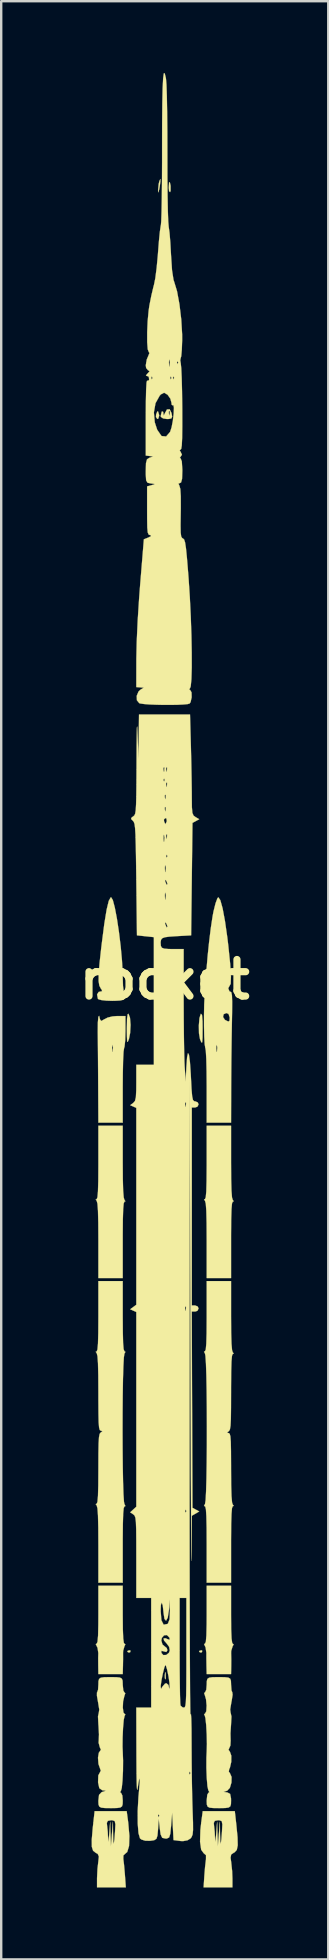
<source format=kicad_pcb>
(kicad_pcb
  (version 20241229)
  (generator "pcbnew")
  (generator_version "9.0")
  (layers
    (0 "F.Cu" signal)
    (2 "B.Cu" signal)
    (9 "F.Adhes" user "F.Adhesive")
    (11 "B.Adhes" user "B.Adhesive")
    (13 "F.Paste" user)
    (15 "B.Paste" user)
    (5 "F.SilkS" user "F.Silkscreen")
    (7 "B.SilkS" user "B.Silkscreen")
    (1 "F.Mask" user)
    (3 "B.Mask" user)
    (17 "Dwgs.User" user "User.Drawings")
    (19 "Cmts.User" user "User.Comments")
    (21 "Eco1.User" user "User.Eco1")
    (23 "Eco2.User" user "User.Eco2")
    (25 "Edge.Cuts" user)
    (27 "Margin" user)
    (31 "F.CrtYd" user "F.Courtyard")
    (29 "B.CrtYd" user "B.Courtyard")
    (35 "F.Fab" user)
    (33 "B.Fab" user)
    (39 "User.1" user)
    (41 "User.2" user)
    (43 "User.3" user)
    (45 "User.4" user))
  (footprint "rocket"
    (layer "F.Cu")
    (at 3.817 37.786)
    (property "Reference" "rocket" (at 0 0 0) (layer "F.SilkS") (effects (font (size 1.524 1.524) (thickness 0.3))))
    (attr through_hole)
    (fp_poly (pts (xy -1.426 27.99) (xy -1.443 28.048) (xy -1.5 28.057) (xy -1.561 28.026) (xy -1.535 27.98) (xy -1.446 27.965) (xy -1.426 27.99)) (stroke (width 0.01) (type solid)) (fill yes) (layer "F.SilkS"))
    (fp_poly (pts (xy 0.039 28.932) (xy 0.045 29.131) (xy 0.034 29.176) (xy 0.008 29.138) (xy 0.004 29.009) (xy 0.018 28.873) (xy 0.039 28.932)) (stroke (width 0.01) (type solid)) (fill yes) (layer "F.SilkS"))
    (fp_poly (pts (xy 1.565 27.99) (xy 1.548 28.048) (xy 1.491 28.057) (xy 1.431 28.026) (xy 1.457 27.98) (xy 1.545 27.965) (xy 1.565 27.99)) (stroke (width 0.01) (type solid)) (fill yes) (layer "F.SilkS"))
    (fp_poly (pts (xy -0.276 -23.677) (xy -0.227 -23.517) (xy -0.266 -23.386) (xy -0.309 -23.368) (xy -0.366 -23.452) (xy -0.359 -23.558) (xy -0.306 -23.687) (xy -0.276 -23.677)) (stroke (width 0.01) (type solid)) (fill yes) (layer "F.SilkS"))
    (fp_poly (pts (xy 0.216 -33.227) (xy 0.245 -33.088) (xy 0.245 -32.883) (xy 0.223 -32.826) (xy 0.181 -32.868) (xy 0.169 -33.013) (xy 0.182 -33.241) (xy 0.216 -33.227)) (stroke (width 0.01) (type solid)) (fill yes) (layer "F.SilkS"))
    (fp_poly (pts (xy -0.178 -33.281) (xy -0.21 -33.045) (xy -0.226 -32.956) (xy -0.264 -32.813) (xy -0.277 -32.893) (xy -0.251 -33.164) (xy -0.226 -33.274) (xy -0.183 -33.374) (xy -0.178 -33.281)) (stroke (width 0.01) (type solid)) (fill yes) (layer "F.SilkS"))
    (fp_poly (pts (xy -1.448 1.591) (xy -1.424 1.892) (xy -1.442 2.23) (xy -1.491 2.477) (xy -1.541 2.603) (xy -1.566 2.58) (xy -1.576 2.37) (xy -1.579 2.053) (xy -1.571 1.638) (xy -1.544 1.445) (xy -1.51 1.428) (xy -1.448 1.591)) (stroke (width 0.01) (type solid)) (fill yes) (layer "F.SilkS"))
    (fp_poly (pts (xy 1.555 1.48) (xy 1.577 1.74) (xy 1.58 2.021) (xy 1.577 2.431) (xy 1.563 2.62) (xy 1.529 2.624) (xy 1.471 2.485) (xy 1.428 2.24) (xy 1.423 1.911) (xy 1.449 1.606) (xy 1.504 1.433) (xy 1.51 1.428) (xy 1.555 1.48)) (stroke (width 0.01) (type solid)) (fill yes) (layer "F.SilkS"))
    (fp_poly (pts (xy 0.283 -23.617) (xy 0.31 -23.465) (xy 0.278 -23.392) (xy 0.167 -23.369) (xy 0.087 -23.368) (xy -0.066 -23.392) (xy -0.157 -23.451) (xy -0.169 -23.488) (xy -0.128 -23.66) (xy -0.113 -23.686) (xy -0.062 -23.663) (xy -0.056 -23.598) (xy -0.038 -23.509) (xy -0.013 -23.568) (xy 0.016 -23.622) (xy 0.169 -23.622) (xy 0.19 -23.517) (xy 0.207 -23.537) (xy 0.214 -23.688) (xy 0.207 -23.707) (xy 0.173 -23.689) (xy 0.169 -23.622) (xy 0.016 -23.622) (xy 0.093 -23.766) (xy 0.208 -23.772) (xy 0.283 -23.617)) (stroke (width 0.01) (type solid)) (fill yes) (layer "F.SilkS"))
    (fp_poly (pts (xy -1.75 26.48) (xy -1.745 27.087) (xy -1.73 27.47) (xy -1.703 27.658) (xy -1.679 27.688) (xy -1.639 27.719) (xy -1.675 27.785) (xy -1.733 27.984) (xy -1.737 28.069) (xy -1.736 28.336) (xy -1.741 28.607) (xy -1.75 28.956) (xy -2.766 28.956) (xy -2.772 28.607) (xy -2.774 28.28) (xy -2.768 28.081) (xy -2.8 27.863) (xy -2.832 27.797) (xy -2.875 27.707) (xy -2.836 27.688) (xy -2.801 27.607) (xy -2.778 27.348) (xy -2.768 26.882) (xy -2.766 26.48) (xy -2.766 25.273) (xy -1.75 25.273) (xy -1.75 26.48)) (stroke (width 0.01) (type solid)) (fill yes) (layer "F.SilkS"))
    (fp_poly (pts (xy 2.766 26.48) (xy 2.77 27.087) (xy 2.786 27.47) (xy 2.813 27.658) (xy 2.836 27.688) (xy 2.874 27.719) (xy 2.832 27.797) (xy 2.771 27.991) (xy 2.768 28.081) (xy 2.774 28.337) (xy 2.772 28.607) (xy 2.766 28.956) (xy 1.75 28.956) (xy 1.741 28.607) (xy 1.736 28.274) (xy 1.737 28.069) (xy 1.702 27.84) (xy 1.675 27.785) (xy 1.64 27.703) (xy 1.679 27.688) (xy 1.715 27.607) (xy 1.737 27.348) (xy 1.748 26.882) (xy 1.75 26.48) (xy 1.75 25.273) (xy 2.766 25.273) (xy 2.766 26.48)) (stroke (width 0.01) (type solid)) (fill yes) (layer "F.SilkS"))
    (fp_poly (pts (xy -1.75 7.609) (xy -1.746 8.32) (xy -1.733 8.804) (xy -1.71 9.085) (xy -1.679 9.187) (xy -1.638 9.244) (xy -1.679 9.261) (xy -1.711 9.337) (xy -1.732 9.575) (xy -1.745 10.001) (xy -1.75 10.646) (xy -1.75 10.858) (xy -1.75 12.446) (xy -2.766 12.446) (xy -2.766 10.869) (xy -2.77 10.144) (xy -2.782 9.646) (xy -2.803 9.35) (xy -2.835 9.23) (xy -2.836 9.228) (xy -2.878 9.171) (xy -2.836 9.154) (xy -2.804 9.076) (xy -2.783 8.835) (xy -2.77 8.402) (xy -2.766 7.748) (xy -2.766 7.62) (xy -2.766 6.096) (xy -1.75 6.096) (xy -1.75 7.609)) (stroke (width 0.01) (type solid)) (fill yes) (layer "F.SilkS"))
    (fp_poly (pts (xy 2.766 7.609) (xy 2.77 8.32) (xy 2.783 8.804) (xy 2.805 9.085) (xy 2.836 9.187) (xy 2.878 9.244) (xy 2.836 9.261) (xy 2.805 9.337) (xy 2.784 9.575) (xy 2.771 10.001) (xy 2.766 10.646) (xy 2.766 10.858) (xy 2.766 12.446) (xy 1.75 12.446) (xy 1.75 10.869) (xy 1.746 10.144) (xy 1.734 9.646) (xy 1.713 9.35) (xy 1.681 9.23) (xy 1.679 9.228) (xy 1.638 9.171) (xy 1.679 9.154) (xy 1.711 9.076) (xy 1.733 8.835) (xy 1.745 8.402) (xy 1.75 7.748) (xy 1.75 7.62) (xy 1.75 6.096) (xy 2.766 6.096) (xy 2.766 7.609)) (stroke (width 0.01) (type solid)) (fill yes) (layer "F.SilkS"))
    (fp_poly (pts (xy -2.699 1.659) (xy -2.645 1.73) (xy -2.521 1.659) (xy -2.38 1.587) (xy -2.176 1.538) (xy -2 1.524) (xy -1.637 1.524) (xy -1.637 2.152) (xy -1.647 2.53) (xy -1.674 2.794) (xy -1.693 2.857) (xy -1.717 3.012) (xy -1.735 3.375) (xy -1.746 3.903) (xy -1.75 4.452) (xy -1.75 5.969) (xy -2.766 5.969) (xy -2.774 4.413) (xy -2.778 3.734) (xy -2.783 3.078) (xy -2.785 2.847) (xy -2.197 2.847) (xy -2.186 3.012) (xy -2.167 3.014) (xy -2.154 2.844) (xy -2.163 2.77) (xy -2.188 2.722) (xy -2.197 2.847) (xy -2.785 2.847) (xy -2.788 2.525) (xy -2.792 2.191) (xy -2.788 1.796) (xy -2.767 1.559) (xy -2.734 1.513) (xy -2.699 1.659)) (stroke (width 0.01) (type solid)) (fill yes) (layer "F.SilkS"))
    (fp_poly (pts (xy -2.163 -3.312) (xy -2.08 -2.997) (xy -1.992 -2.535) (xy -1.908 -1.977) (xy -1.835 -1.376) (xy -1.781 -0.783) (xy -1.752 -0.25) (xy -1.75 -0.077) (xy -1.739 0.269) (xy -1.711 0.479) (xy -1.693 0.508) (xy -1.643 0.611) (xy -1.637 0.699) (xy -1.656 0.788) (xy -1.725 0.845) (xy -1.862 0.876) (xy -2.088 0.888) (xy -2.192 0.889) (xy -2.432 0.881) (xy -2.628 0.859) (xy -2.754 0.827) (xy -2.785 0.804) (xy -2.821 0.625) (xy -2.756 0.519) (xy -2.695 0.504) (xy -2.61 0.488) (xy -2.629 0.423) (xy -2.667 0.371) (xy -2.727 0.252) (xy -2.756 0.065) (xy -2.753 -0.231) (xy -2.717 -0.677) (xy -2.647 -1.314) (xy -2.625 -1.495) (xy -2.518 -2.326) (xy -2.421 -2.917) (xy -2.333 -3.279) (xy -2.251 -3.425) (xy -2.235 -3.429) (xy -2.163 -3.312)) (stroke (width 0.01) (type solid)) (fill yes) (layer "F.SilkS"))
    (fp_poly (pts (xy -1.521 35.15) (xy -1.473 35.705) (xy -1.487 36.124) (xy -1.563 36.374) (xy -1.627 36.427) (xy -1.723 36.517) (xy -1.726 36.661) (xy -1.696 36.907) (xy -1.664 37.271) (xy -1.658 37.349) (xy -1.622 37.846) (xy -2.822 37.846) (xy -2.822 37.473) (xy -2.803 37.077) (xy -2.77 36.789) (xy -2.745 36.564) (xy -2.792 36.455) (xy -2.882 36.403) (xy -2.987 36.32) (xy -3.039 36.156) (xy -3.042 35.864) (xy -3.002 35.394) (xy -2.985 35.235) (xy -2.977 35.161) (xy -2.413 35.161) (xy -2.405 35.253) (xy -2.375 35.533) (xy -2.363 35.793) (xy -2.353 35.948) (xy -2.336 35.87) (xy -2.314 35.623) (xy -2.274 35.115) (xy -2.258 35.623) (xy -2.242 36.132) (xy -2.161 35.115) (xy -2.153 35.613) (xy -2.142 35.95) (xy -2.124 36.034) (xy -2.098 35.864) (xy -2.072 35.528) (xy -2.056 35.218) (xy -2.084 35.084) (xy -2.181 35.053) (xy -2.239 35.052) (xy -2.371 35.075) (xy -2.413 35.161) (xy -2.977 35.161) (xy -2.922 34.671) (xy -1.585 34.671) (xy -1.521 35.15)) (stroke (width 0.01) (type solid)) (fill yes) (layer "F.SilkS"))
    (fp_poly (pts (xy 2.985 35.235) (xy 3.036 35.76) (xy 3.044 36.094) (xy 3.005 36.286) (xy 2.915 36.386) (xy 2.882 36.403) (xy 2.77 36.479) (xy 2.746 36.614) (xy 2.77 36.789) (xy 2.81 37.16) (xy 2.822 37.473) (xy 2.822 37.846) (xy 1.622 37.846) (xy 1.652 37.37) (xy 1.682 36.996) (xy 1.716 36.707) (xy 1.72 36.681) (xy 1.721 36.507) (xy 1.627 36.427) (xy 1.52 36.28) (xy 1.473 35.946) (xy 1.487 35.459) (xy 1.52 35.161) (xy 2.046 35.161) (xy 2.054 35.253) (xy 2.084 35.533) (xy 2.096 35.793) (xy 2.106 35.948) (xy 2.123 35.87) (xy 2.145 35.623) (xy 2.185 35.115) (xy 2.201 35.623) (xy 2.217 36.132) (xy 2.298 35.115) (xy 2.306 35.613) (xy 2.317 35.95) (xy 2.335 36.034) (xy 2.361 35.864) (xy 2.387 35.528) (xy 2.403 35.218) (xy 2.375 35.084) (xy 2.278 35.053) (xy 2.22 35.052) (xy 2.088 35.075) (xy 2.046 35.161) (xy 1.52 35.161) (xy 1.521 35.15) (xy 1.585 34.671) (xy 2.922 34.671) (xy 2.985 35.235)) (stroke (width 0.01) (type solid)) (fill yes) (layer "F.SilkS"))
    (fp_poly (pts (xy 2.766 14.023) (xy 2.77 14.719) (xy 2.784 15.188) (xy 2.808 15.453) (xy 2.836 15.537) (xy 2.878 15.594) (xy 2.836 15.611) (xy 2.805 15.687) (xy 2.783 15.925) (xy 2.771 16.353) (xy 2.766 16.999) (xy 2.766 17.199) (xy 2.764 17.863) (xy 2.758 18.316) (xy 2.744 18.599) (xy 2.719 18.754) (xy 2.683 18.824) (xy 2.667 18.835) (xy 2.597 18.884) (xy 2.638 18.904) (xy 2.667 18.908) (xy 2.71 18.94) (xy 2.738 19.047) (xy 2.755 19.273) (xy 2.763 19.66) (xy 2.766 20.252) (xy 2.766 20.373) (xy 2.77 21.069) (xy 2.784 21.538) (xy 2.808 21.803) (xy 2.836 21.887) (xy 2.878 21.944) (xy 2.836 21.961) (xy 2.805 22.037) (xy 2.784 22.275) (xy 2.771 22.701) (xy 2.766 23.346) (xy 2.766 23.558) (xy 2.766 25.146) (xy 1.75 25.146) (xy 1.75 23.558) (xy 1.747 22.854) (xy 1.736 22.374) (xy 1.718 22.091) (xy 1.69 21.975) (xy 1.679 21.969) (xy 1.638 21.941) (xy 1.68 21.865) (xy 1.705 21.707) (xy 1.724 21.339) (xy 1.74 20.804) (xy 1.75 20.144) (xy 1.757 19.404) (xy 1.758 18.627) (xy 1.755 17.855) (xy 1.748 17.133) (xy 1.736 16.502) (xy 1.719 16.008) (xy 1.698 15.693) (xy 1.68 15.6) (xy 1.638 15.514) (xy 1.679 15.496) (xy 1.712 15.422) (xy 1.733 15.184) (xy 1.746 14.752) (xy 1.75 14.098) (xy 1.75 14.034) (xy 1.75 12.573) (xy 2.766 12.573) (xy 2.766 14.023)) (stroke (width 0.01) (type solid)) (fill yes) (layer "F.SilkS"))
    (fp_poly (pts (xy 2.318 -3.309) (xy 2.413 -2.969) (xy 2.512 -2.44) (xy 2.61 -1.755) (xy 2.649 -1.428) (xy 2.728 -0.66) (xy 2.761 -0.124) (xy 2.75 0.179) (xy 2.709 0.254) (xy 2.655 0.351) (xy 2.653 0.381) (xy 2.699 0.493) (xy 2.74 0.508) (xy 2.78 0.54) (xy 2.803 0.666) (xy 2.812 0.928) (xy 2.809 1.369) (xy 2.801 1.81) (xy 2.789 2.531) (xy 2.778 3.371) (xy 2.772 4.192) (xy 2.77 4.54) (xy 2.766 5.969) (xy 1.75 5.969) (xy 1.75 4.452) (xy 1.745 3.821) (xy 1.733 3.314) (xy 1.714 2.977) (xy 1.693 2.857) (xy 1.691 2.847) (xy 2.149 2.847) (xy 2.16 3.012) (xy 2.179 3.014) (xy 2.192 2.844) (xy 2.183 2.77) (xy 2.158 2.722) (xy 2.149 2.847) (xy 1.691 2.847) (xy 1.666 2.704) (xy 1.647 2.377) (xy 1.638 1.944) (xy 1.638 1.564) (xy 2.432 1.564) (xy 2.507 1.678) (xy 2.526 1.69) (xy 2.65 1.752) (xy 2.7 1.721) (xy 2.709 1.587) (xy 2.66 1.434) (xy 2.568 1.397) (xy 2.456 1.449) (xy 2.432 1.564) (xy 1.638 1.564) (xy 1.638 1.474) (xy 1.646 1.035) (xy 1.663 0.693) (xy 1.688 0.518) (xy 1.697 0.508) (xy 1.732 0.41) (xy 1.724 0.268) (xy 1.719 0.008) (xy 1.743 -0.429) (xy 1.789 -0.976) (xy 1.851 -1.569) (xy 1.921 -2.142) (xy 1.995 -2.63) (xy 2.034 -2.838) (xy 2.118 -3.175) (xy 2.198 -3.389) (xy 2.235 -3.429) (xy 2.318 -3.309)) (stroke (width 0.01) (type solid)) (fill yes) (layer "F.SilkS"))
    (fp_poly (pts (xy -1.75 14.034) (xy -1.746 14.707) (xy -1.735 15.156) (xy -1.714 15.409) (xy -1.682 15.495) (xy -1.679 15.496) (xy -1.638 15.524) (xy -1.68 15.6) (xy -1.704 15.758) (xy -1.724 16.126) (xy -1.74 16.661) (xy -1.75 17.32) (xy -1.756 18.06) (xy -1.758 18.838) (xy -1.755 19.61) (xy -1.748 20.332) (xy -1.736 20.962) (xy -1.72 21.457) (xy -1.699 21.772) (xy -1.68 21.865) (xy -1.638 21.951) (xy -1.679 21.969) (xy -1.711 22.04) (xy -1.732 22.271) (xy -1.744 22.689) (xy -1.75 23.324) (xy -1.75 23.558) (xy -1.75 25.146) (xy -2.766 25.146) (xy -2.766 23.569) (xy -2.77 22.844) (xy -2.782 22.346) (xy -2.803 22.05) (xy -2.835 21.93) (xy -2.836 21.928) (xy -2.878 21.871) (xy -2.836 21.854) (xy -2.804 21.775) (xy -2.782 21.528) (xy -2.77 21.086) (xy -2.766 20.421) (xy -2.766 20.393) (xy -2.764 19.759) (xy -2.756 19.336) (xy -2.74 19.079) (xy -2.713 18.943) (xy -2.671 18.886) (xy -2.667 18.884) (xy -2.597 18.835) (xy -2.638 18.815) (xy -2.667 18.811) (xy -2.708 18.781) (xy -2.736 18.679) (xy -2.754 18.463) (xy -2.762 18.093) (xy -2.766 17.527) (xy -2.766 17.219) (xy -2.77 16.494) (xy -2.782 15.996) (xy -2.803 15.7) (xy -2.835 15.58) (xy -2.836 15.578) (xy -2.878 15.521) (xy -2.836 15.504) (xy -2.804 15.425) (xy -2.782 15.179) (xy -2.77 14.738) (xy -2.766 14.074) (xy -2.766 14.034) (xy -2.766 12.573) (xy -1.75 12.573) (xy -1.75 14.034)) (stroke (width 0.01) (type solid)) (fill yes) (layer "F.SilkS"))
    (fp_poly (pts (xy -2.017 29.086) (xy -1.868 29.102) (xy -1.788 29.146) (xy -1.756 29.232) (xy -1.75 29.372) (xy -1.75 29.401) (xy -1.727 29.639) (xy -1.682 29.718) (xy -1.643 29.755) (xy -1.682 29.87) (xy -1.735 30.092) (xy -1.747 30.357) (xy -1.719 30.56) (xy -1.679 30.609) (xy -1.64 30.641) (xy -1.674 30.705) (xy -1.709 30.868) (xy -1.737 31.195) (xy -1.755 31.597) (xy -1.759 31.984) (xy -1.75 32.194) (xy -1.736 32.563) (xy -1.74 32.994) (xy -1.76 33.401) (xy -1.79 33.7) (xy -1.817 33.8) (xy -1.86 33.888) (xy -1.82 33.907) (xy -1.767 34.017) (xy -1.75 34.227) (xy -1.754 34.377) (xy -1.78 34.47) (xy -1.851 34.52) (xy -1.988 34.54) (xy -2.213 34.544) (xy -2.258 34.544) (xy -2.498 34.541) (xy -2.648 34.524) (xy -2.727 34.48) (xy -2.76 34.395) (xy -2.766 34.256) (xy -2.766 34.235) (xy -2.738 33.992) (xy -2.635 33.882) (xy -2.611 33.873) (xy -2.455 33.82) (xy -2.604 33.801) (xy -2.727 33.713) (xy -2.779 33.471) (xy -2.769 33.181) (xy -2.717 33.083) (xy -2.665 32.983) (xy -2.688 32.918) (xy -2.761 32.708) (xy -2.782 32.443) (xy -2.746 32.234) (xy -2.719 32.196) (xy -2.66 32.111) (xy -2.705 32.01) (xy -2.756 31.818) (xy -2.75 31.715) (xy -2.741 31.471) (xy -2.759 31.121) (xy -2.764 31.073) (xy -2.782 30.721) (xy -2.75 30.574) (xy -2.729 30.438) (xy -2.778 30.132) (xy -2.78 30.124) (xy -2.826 29.86) (xy -2.825 29.723) (xy -2.818 29.718) (xy -2.779 29.609) (xy -2.766 29.401) (xy -2.762 29.25) (xy -2.735 29.157) (xy -2.664 29.107) (xy -2.527 29.087) (xy -2.303 29.083) (xy -2.258 29.083) (xy -2.017 29.086)) (stroke (width 0.01) (type solid)) (fill yes) (layer "F.SilkS"))
    (fp_poly (pts (xy 2.498 29.086) (xy 2.648 29.102) (xy 2.727 29.146) (xy 2.76 29.232) (xy 2.766 29.372) (xy 2.766 29.401) (xy 2.784 29.639) (xy 2.818 29.718) (xy 2.83 29.816) (xy 2.794 30.057) (xy 2.78 30.124) (xy 2.729 30.433) (xy 2.748 30.573) (xy 2.75 30.574) (xy 2.782 30.727) (xy 2.764 31.073) (xy 2.741 31.426) (xy 2.747 31.693) (xy 2.75 31.715) (xy 2.738 31.935) (xy 2.705 32.01) (xy 2.66 32.113) (xy 2.719 32.196) (xy 2.776 32.358) (xy 2.774 32.616) (xy 2.719 32.858) (xy 2.688 32.918) (xy 2.672 33.024) (xy 2.717 33.083) (xy 2.787 33.245) (xy 2.782 33.479) (xy 2.716 33.7) (xy 2.605 33.819) (xy 2.455 33.871) (xy 2.611 33.89) (xy 2.726 33.95) (xy 2.764 34.138) (xy 2.766 34.227) (xy 2.762 34.377) (xy 2.735 34.47) (xy 2.664 34.52) (xy 2.527 34.54) (xy 2.303 34.544) (xy 2.258 34.544) (xy 2.017 34.541) (xy 1.868 34.525) (xy 1.788 34.481) (xy 1.756 34.395) (xy 1.75 34.255) (xy 1.75 34.227) (xy 1.774 33.987) (xy 1.82 33.907) (xy 1.86 33.877) (xy 1.817 33.8) (xy 1.781 33.63) (xy 1.753 33.292) (xy 1.737 32.869) (xy 1.738 32.448) (xy 1.75 32.194) (xy 1.759 31.871) (xy 1.751 31.47) (xy 1.729 31.081) (xy 1.698 30.795) (xy 1.674 30.705) (xy 1.641 30.624) (xy 1.679 30.609) (xy 1.733 30.505) (xy 1.747 30.27) (xy 1.722 30.007) (xy 1.682 29.87) (xy 1.643 29.745) (xy 1.682 29.718) (xy 1.733 29.609) (xy 1.75 29.401) (xy 1.754 29.25) (xy 1.78 29.157) (xy 1.851 29.107) (xy 1.988 29.087) (xy 2.213 29.083) (xy 2.258 29.083) (xy 2.498 29.086)) (stroke (width 0.01) (type solid)) (fill yes) (layer "F.SilkS"))
    (fp_poly (pts (xy 0.044 -37.598) (xy 0.053 -37.548) (xy 0.073 -37.3) (xy 0.089 -36.829) (xy 0.101 -36.168) (xy 0.109 -35.348) (xy 0.111 -34.41) (xy 0.112 -33.471) (xy 0.119 -32.67) (xy 0.131 -32.036) (xy 0.147 -31.598) (xy 0.166 -31.384) (xy 0.166 -31.383) (xy 0.2 -31.138) (xy 0.234 -30.728) (xy 0.261 -30.238) (xy 0.262 -30.218) (xy 0.305 -29.568) (xy 0.368 -29.165) (xy 0.398 -29.077) (xy 0.513 -28.698) (xy 0.614 -28.151) (xy 0.689 -27.523) (xy 0.726 -26.9) (xy 0.727 -26.649) (xy 0.713 -26.254) (xy 0.689 -25.985) (xy 0.666 -25.908) (xy 0.648 -25.818) (xy 0.669 -25.686) (xy 0.69 -25.48) (xy 0.708 -25.075) (xy 0.722 -24.528) (xy 0.73 -23.892) (xy 0.731 -23.781) (xy 0.732 -23.066) (xy 0.726 -22.573) (xy 0.712 -22.269) (xy 0.688 -22.122) (xy 0.666 -22.096) (xy 0.624 -22.068) (xy 0.67 -21.984) (xy 0.718 -21.88) (xy 0.67 -21.806) (xy 0.628 -21.744) (xy 0.663 -21.727) (xy 0.713 -21.601) (xy 0.733 -21.268) (xy 0.734 -21.209) (xy 0.723 -20.87) (xy 0.681 -20.721) (xy 0.635 -20.699) (xy 0.573 -20.673) (xy 0.611 -20.59) (xy 0.651 -20.45) (xy 0.67 -20.146) (xy 0.671 -19.641) (xy 0.668 -19.453) (xy 0.661 -18.942) (xy 0.666 -18.631) (xy 0.687 -18.469) (xy 0.73 -18.402) (xy 0.761 -18.388) (xy 0.809 -18.344) (xy 0.849 -18.221) (xy 0.886 -17.979) (xy 0.926 -17.58) (xy 0.975 -16.983) (xy 0.997 -16.701) (xy 1.047 -15.932) (xy 1.086 -15.136) (xy 1.113 -14.356) (xy 1.126 -13.633) (xy 1.127 -13.009) (xy 1.113 -12.526) (xy 1.085 -12.226) (xy 1.058 -12.149) (xy 1.017 -12.092) (xy 1.058 -12.075) (xy 1.118 -11.972) (xy 1.123 -11.765) (xy 1.079 -11.567) (xy 1.04 -11.507) (xy 0.956 -11.483) (xy 0.782 -11.466) (xy 0.541 -11.454) (xy 0.257 -11.449) (xy -0.049 -11.449) (xy -0.352 -11.456) (xy -0.629 -11.467) (xy -0.859 -11.485) (xy -1.017 -11.507) (xy -1.062 -11.521) (xy -1.159 -11.64) (xy -1.168 -11.825) (xy -1.093 -12.005) (xy -1.016 -12.079) (xy -0.875 -12.167) (xy -1.185 -12.192) (xy -1.183 -13.367) (xy -1.167 -14.079) (xy -1.127 -14.958) (xy -1.065 -15.925) (xy -1.025 -16.447) (xy -0.869 -18.352) (xy -0.674 -18.43) (xy -0.572 -18.484) (xy -0.577 -18.519) (xy -0.607 -18.525) (xy -0.67 -18.55) (xy -0.708 -18.637) (xy -0.727 -18.841) (xy -0.733 -19.213) (xy -0.734 -19.55) (xy -0.734 -20.558) (xy -0.55 -20.609) (xy -0.437 -20.643) (xy -0.427 -20.661) (xy -0.523 -20.675) (xy -0.579 -20.681) (xy -0.715 -20.709) (xy -0.775 -20.809) (xy -0.79 -21.059) (xy -0.79 -21.201) (xy -0.781 -21.529) (xy -0.739 -21.686) (xy -0.641 -21.751) (xy -0.635 -21.753) (xy -0.48 -21.806) (xy -0.635 -21.825) (xy -0.79 -21.844) (xy -0.79 -23.439) (xy -0.789 -23.643) (xy -0.452 -23.643) (xy -0.415 -23.229) (xy -0.313 -22.918) (xy -0.132 -22.657) (xy 0.059 -22.64) (xy 0.224 -22.831) (xy 0.286 -23.019) (xy 0.339 -23.296) (xy 0.373 -23.59) (xy 0.384 -23.832) (xy 0.362 -23.948) (xy 0.334 -23.934) (xy 0.289 -23.965) (xy 0.282 -24.044) (xy 0.235 -24.215) (xy 0.122 -24.376) (xy 0.119 -24.379) (xy -0.025 -24.464) (xy -0.158 -24.395) (xy -0.213 -24.335) (xy -0.384 -24.026) (xy -0.452 -23.643) (xy -0.789 -23.643) (xy -0.786 -24.093) (xy -0.775 -24.585) (xy -0.758 -24.884) (xy -0.738 -24.961) (xy -0.665 -24.977) (xy -0.65 -25.017) (xy -0.659 -25.082) (xy -0.564 -25.082) (xy -0.536 -25.019) (xy -0.508 -25.082) (xy 0.226 -25.082) (xy 0.254 -25.019) (xy 0.282 -25.082) (xy 0.339 -25.082) (xy 0.367 -25.019) (xy 0.395 -25.082) (xy 0.367 -25.146) (xy 0.339 -25.082) (xy 0.282 -25.082) (xy 0.254 -25.146) (xy 0.226 -25.082) (xy -0.508 -25.082) (xy -0.536 -25.146) (xy -0.564 -25.082) (xy -0.659 -25.082) (xy -0.664 -25.127) (xy -0.716 -25.155) (xy -0.782 -25.173) (xy -0.746 -25.233) (xy -0.706 -25.273) (xy -0.633 -25.357) (xy -0.662 -25.387) (xy -0.691 -25.391) (xy -0.775 -25.496) (xy -0.79 -25.608) (xy -0.769 -25.728) (xy 0.174 -25.728) (xy 0.184 -25.563) (xy 0.203 -25.561) (xy 0.216 -25.718) (xy 0.508 -25.718) (xy 0.536 -25.654) (xy 0.564 -25.718) (xy 0.536 -25.781) (xy 0.508 -25.718) (xy 0.216 -25.718) (xy 0.217 -25.731) (xy 0.208 -25.805) (xy 0.183 -25.853) (xy 0.174 -25.728) (xy -0.769 -25.728) (xy -0.749 -25.849) (xy -0.691 -25.985) (xy -0.637 -26.119) (xy -0.663 -26.158) (xy -0.708 -26.274) (xy -0.731 -26.572) (xy -0.731 -26.985) (xy -0.711 -27.445) (xy -0.67 -27.886) (xy -0.64 -28.096) (xy -0.558 -28.51) (xy -0.471 -28.877) (xy -0.449 -28.956) (xy -0.393 -29.232) (xy -0.336 -29.674) (xy -0.287 -30.194) (xy -0.28 -30.29) (xy -0.241 -30.784) (xy -0.201 -31.186) (xy -0.166 -31.426) (xy -0.159 -31.452) (xy -0.145 -31.616) (xy -0.132 -31.996) (xy -0.122 -32.556) (xy -0.114 -33.256) (xy -0.11 -34.061) (xy -0.11 -34.563) (xy -0.108 -35.669) (xy -0.1 -36.532) (xy -0.086 -37.164) (xy -0.065 -37.575) (xy -0.037 -37.777) (xy -0.001 -37.781) (xy 0.044 -37.598)) (stroke (width 0.01) (type solid)) (fill yes) (layer "F.SilkS"))
    (fp_poly (pts (xy 1.092 -9.696) (xy 1.108 -9.038) (xy 1.12 -8.384) (xy 1.128 -7.831) (xy 1.129 -7.603) (xy 1.133 -7.185) (xy 1.152 -6.952) (xy 1.201 -6.836) (xy 1.284 -6.773) (xy 1.439 -6.683) (xy 1.298 -6.606) (xy 1.157 -6.529) (xy 1.101 -1.841) (xy 0.466 -1.806) (xy 0.19 -1.787) (xy 0.008 -1.762) (xy -0.1 -1.722) (xy -0.152 -1.659) (xy -0.169 -1.564) (xy -0.169 -1.52) (xy -0.16 -1.398) (xy -0.117 -1.324) (xy -0.019 -1.286) (xy 0.157 -1.272) (xy 0.31 -1.27) (xy 0.79 -1.27) (xy 0.79 0.871) (xy 0.793 1.636) (xy 0.8 2.361) (xy 0.81 2.985) (xy 0.823 3.451) (xy 0.832 3.634) (xy 0.874 4.255) (xy 0.903 3.648) (xy 0.933 3.236) (xy 0.97 3.069) (xy 1.011 3.137) (xy 1.051 3.434) (xy 1.087 3.951) (xy 1.092 4.06) (xy 1.118 4.565) (xy 1.144 4.869) (xy 1.178 5.022) (xy 1.23 5.075) (xy 1.276 5.08) (xy 1.379 5.125) (xy 1.411 5.207) (xy 1.363 5.302) (xy 1.27 5.334) (xy 1.129 5.334) (xy 1.129 13.589) (xy 1.27 13.589) (xy 1.376 13.632) (xy 1.411 13.716) (xy 1.363 13.811) (xy 1.269 13.843) (xy 1.127 13.843) (xy 1.157 22.023) (xy 1.298 22.1) (xy 1.439 22.177) (xy 1.284 22.267) (xy 1.129 22.357) (xy 1.115 24.101) (xy 1.113 24.239) (xy 1.11 24.139) (xy 1.107 23.813) (xy 1.103 23.278) (xy 1.099 22.547) (xy 1.095 21.635) (xy 1.09 20.557) (xy 1.086 19.328) (xy 1.081 17.961) (xy 1.077 16.473) (xy 1.072 14.986) (xy 1.043 4.128) (xy 1.036 17.59) (xy 1.036 19.406) (xy 1.036 21.144) (xy 1.037 22.786) (xy 1.039 24.318) (xy 1.041 25.723) (xy 1.045 26.985) (xy 1.048 28.089) (xy 1.053 29.018) (xy 1.057 29.756) (xy 1.063 30.288) (xy 1.068 30.599) (xy 1.074 30.671) (xy 1.093 30.616) (xy 1.107 30.806) (xy 1.117 31.233) (xy 1.12 31.887) (xy 1.12 31.941) (xy 1.124 32.685) (xy 1.133 33.453) (xy 1.147 34.147) (xy 1.161 34.625) (xy 1.179 35.138) (xy 1.181 35.458) (xy 1.163 35.642) (xy 1.121 35.749) (xy 1.079 35.807) (xy 0.952 35.885) (xy 0.767 35.92) (xy 0.662 35.916) (xy 0.367 35.877) (xy 0.338 35.306) (xy 0.309 34.734) (xy 0.267 35.274) (xy 0.233 35.612) (xy 0.184 35.768) (xy 0.088 35.812) (xy 0.032 35.814) (xy -0.104 35.783) (xy -0.171 35.639) (xy -0.204 35.401) (xy -0.248 34.989) (xy -0.279 35.433) (xy -0.302 35.688) (xy -0.345 35.823) (xy -0.439 35.882) (xy -0.614 35.908) (xy -0.621 35.908) (xy -0.813 35.903) (xy -0.97 35.854) (xy -1.03 35.807) (xy -1.093 35.591) (xy -1.125 35.19) (xy -1.126 34.861) (xy -0.282 34.861) (xy -0.254 34.925) (xy -0.226 34.861) (xy -0.254 34.798) (xy -0.282 34.861) (xy -1.126 34.861) (xy -1.127 34.666) (xy -1.095 34.079) (xy -1.074 33.849) (xy -1.044 33.486) (xy -1.044 33.313) (xy -1.069 33.349) (xy -1.113 33.616) (xy -1.121 33.673) (xy -1.142 33.784) (xy -1.158 33.721) (xy -1.169 33.463) (xy -1.175 33.084) (xy 1.016 33.084) (xy 1.044 33.147) (xy 1.072 33.084) (xy 1.044 33.02) (xy 1.016 33.084) (xy -1.175 33.084) (xy -1.176 32.991) (xy -1.18 32.285) (xy -1.18 32.226) (xy -1.185 30.353) (xy -0.564 30.353) (xy -0.564 29.483) (xy -0.169 29.483) (xy -0.153 29.577) (xy -0.102 29.489) (xy 0.012 29.355) (xy 0.068 29.337) (xy 0.155 29.41) (xy 0.174 29.496) (xy 0.187 29.582) (xy 0.205 29.504) (xy 0.199 29.323) (xy 0.157 29.044) (xy 0.099 28.766) (xy 0.045 28.593) (xy 0.028 28.575) (xy -0.015 28.678) (xy -0.076 28.921) (xy -0.134 29.208) (xy -0.167 29.441) (xy -0.169 29.483) (xy -0.564 29.483) (xy -0.564 27.559) (xy -0.141 27.559) (xy -0.093 27.723) (xy -0.014 27.79) (xy 0.085 27.872) (xy 0.113 27.963) (xy 0.066 28.037) (xy -0.033 28.012) (xy -0.135 27.985) (xy -0.141 28.069) (xy -0.059 28.164) (xy 0.066 28.158) (xy 0.176 28.068) (xy 0.212 27.973) (xy 0.183 27.819) (xy 0.089 27.69) (xy -0.029 27.556) (xy -0.047 27.469) (xy 0.035 27.462) (xy 0.099 27.491) (xy 0.199 27.529) (xy 0.206 27.47) (xy 0.19 27.43) (xy 0.091 27.329) (xy -0.028 27.341) (xy -0.12 27.447) (xy -0.141 27.559) (xy -0.564 27.559) (xy -0.564 26.317) (xy -0.169 26.317) (xy -0.138 26.713) (xy -0.045 26.897) (xy 0.11 26.868) (xy 0.136 26.847) (xy 0.203 26.669) (xy 0.218 26.307) (xy 0.211 25.845) (xy 0.176 26.289) (xy 0.126 26.604) (xy 0.055 26.732) (xy -0.011 26.657) (xy -0.047 26.416) (xy -0.082 26.094) (xy -0.124 25.975) (xy -0.159 26.072) (xy -0.169 26.317) (xy -0.564 26.317) (xy -0.564 25.781) (xy 0.621 25.781) (xy 0.621 27.982) (xy 0.623 28.706) (xy 0.629 29.339) (xy 0.637 29.839) (xy 0.648 30.164) (xy 0.659 30.268) (xy 0.742 30.341) (xy 0.8 30.353) (xy 0.836 30.337) (xy 0.863 30.268) (xy 0.882 30.11) (xy 0.894 29.829) (xy 0.9 29.392) (xy 0.903 28.764) (xy 0.903 28.067) (xy 0.903 25.781) (xy 0.621 25.781) (xy -0.564 25.781) (xy -1.185 25.781) (xy -1.185 24.081) (xy -1.186 23.396) (xy -1.19 22.922) (xy -1.201 22.618) (xy -1.222 22.441) (xy -1.255 22.351) (xy -1.303 22.303) (xy -1.312 22.297) (xy -1.439 22.212) (xy -1.384 22.162) (xy 0.847 22.162) (xy 0.875 22.225) (xy 0.903 22.162) (xy 0.875 22.098) (xy 0.847 22.162) (xy -1.384 22.162) (xy -1.185 21.979) (xy -1.185 13.861) (xy -1.439 13.748) (xy -1.396 13.716) (xy 0.847 13.716) (xy 0.867 13.821) (xy 0.884 13.801) (xy 0.891 13.65) (xy 0.884 13.631) (xy 0.851 13.649) (xy 0.847 13.716) (xy -1.396 13.716) (xy -1.185 13.559) (xy -1.185 5.352) (xy -1.439 5.239) (xy -1.396 5.207) (xy 0.847 5.207) (xy 0.867 5.312) (xy 0.884 5.292) (xy 0.891 5.141) (xy 0.884 5.122) (xy 0.851 5.14) (xy 0.847 5.207) (xy -1.396 5.207) (xy -1.312 5.145) (xy -1.24 5.062) (xy -1.202 4.906) (xy -1.187 4.61) (xy -1.185 4.303) (xy -1.185 3.556) (xy -0.452 3.556) (xy -0.452 -1.766) (xy -1.157 -1.841) (xy -1.164 -2.377) (xy 0.009 -2.377) (xy 0.023 -2.306) (xy 0.08 -2.169) (xy 0.112 -2.197) (xy 0.113 -2.215) (xy 0.073 -2.322) (xy 0.048 -2.362) (xy 0.009 -2.377) (xy -1.164 -2.377) (xy -1.177 -3.503) (xy 0.004 -3.503) (xy 0.015 -3.338) (xy 0.034 -3.336) (xy 0.048 -3.506) (xy 0.039 -3.58) (xy 0.013 -3.628) (xy 0.004 -3.503) (xy -1.177 -3.503) (xy -1.185 -4.155) (xy 0.009 -4.155) (xy 0.023 -4.084) (xy 0.08 -3.947) (xy 0.112 -3.975) (xy 0.113 -3.993) (xy 0.073 -4.1) (xy 0.048 -4.14) (xy 0.009 -4.155) (xy -1.185 -4.155) (xy -1.185 -4.178) (xy -1.191 -4.646) (xy 0.004 -4.646) (xy 0.015 -4.481) (xy 0.034 -4.479) (xy 0.048 -4.649) (xy 0.039 -4.723) (xy 0.013 -4.771) (xy 0.004 -4.646) (xy -1.191 -4.646) (xy -1.196 -5.005) (xy -1.198 -5.144) (xy 0.056 -5.144) (xy 0.085 -5.08) (xy 0.113 -5.144) (xy 0.085 -5.207) (xy 0.056 -5.144) (xy -1.198 -5.144) (xy -1.207 -5.612) (xy -1.216 -5.916) (xy -0.052 -5.916) (xy -0.042 -5.751) (xy -0.022 -5.749) (xy -0.009 -5.919) (xy -0.015 -5.969) (xy 0.056 -5.969) (xy 0.077 -5.864) (xy 0.094 -5.884) (xy 0.101 -6.035) (xy 0.094 -6.054) (xy 0.061 -6.036) (xy 0.056 -5.969) (xy -0.015 -5.969) (xy -0.018 -5.993) (xy -0.043 -6.041) (xy -0.052 -5.916) (xy -1.216 -5.916) (xy -1.219 -6.037) (xy -1.236 -6.315) (xy -1.258 -6.48) (xy -1.289 -6.57) (xy -1.326 -6.616) (xy -1.379 -6.671) (xy -0.033 -6.671) (xy -0.028 -6.604) (xy 0.02 -6.483) (xy 0.028 -6.477) (xy 0.073 -6.566) (xy 0.085 -6.604) (xy 0.071 -6.712) (xy 0.028 -6.731) (xy -0.033 -6.671) (xy -1.379 -6.671) (xy -1.403 -6.697) (xy -1.378 -6.755) (xy -1.312 -6.802) (xy -1.266 -6.842) (xy -1.232 -6.914) (xy -1.209 -7.056) (xy -1.205 -7.112) (xy 0 -7.112) (xy 0.021 -7.007) (xy 0.038 -7.027) (xy 0.044 -7.178) (xy 0.038 -7.197) (xy 0.004 -7.179) (xy 0 -7.112) (xy -1.205 -7.112) (xy -1.194 -7.306) (xy -1.186 -7.62) (xy 0 -7.62) (xy 0.021 -7.515) (xy 0.038 -7.535) (xy 0.044 -7.686) (xy 0.038 -7.705) (xy 0.004 -7.687) (xy 0 -7.62) (xy -1.186 -7.62) (xy -1.185 -7.699) (xy -1.18 -8.128) (xy 0.056 -8.128) (xy 0.077 -8.023) (xy 0.094 -8.043) (xy 0.101 -8.194) (xy 0.094 -8.213) (xy 0.061 -8.195) (xy 0.056 -8.128) (xy -1.18 -8.128) (xy -1.179 -8.275) (xy -1.179 -8.319) (xy -0.056 -8.319) (xy -0.028 -8.255) (xy 0 -8.319) (xy -0.028 -8.382) (xy -0.056 -8.319) (xy -1.179 -8.319) (xy -1.176 -8.763) (xy -0.056 -8.763) (xy -0.036 -8.658) (xy -0.019 -8.678) (xy -0.015 -8.763) (xy 0.056 -8.763) (xy 0.077 -8.658) (xy 0.094 -8.678) (xy 0.101 -8.829) (xy 0.094 -8.848) (xy 0.061 -8.83) (xy 0.056 -8.763) (xy -0.015 -8.763) (xy -0.012 -8.829) (xy -0.019 -8.848) (xy -0.052 -8.83) (xy -0.056 -8.763) (xy -1.176 -8.763) (xy -1.175 -9) (xy -1.171 -9.737) (xy -1.165 -10.233) (xy -1.159 -10.499) (xy -1.15 -10.549) (xy -1.139 -10.396) (xy -1.129 -10.16) (xy -1.093 -9.207) (xy -1.072 -11.049) (xy 1.055 -11.049) (xy 1.092 -9.696)) (stroke (width 0.01) (type solid)) (fill yes) (layer "F.SilkS")))
  (gr_rect
    (start -3 -3)
    (end 10.635 78.637)
    (stroke (width 0.1) (type default))
    (fill no)
    (layer "Edge.Cuts")))
</source>
